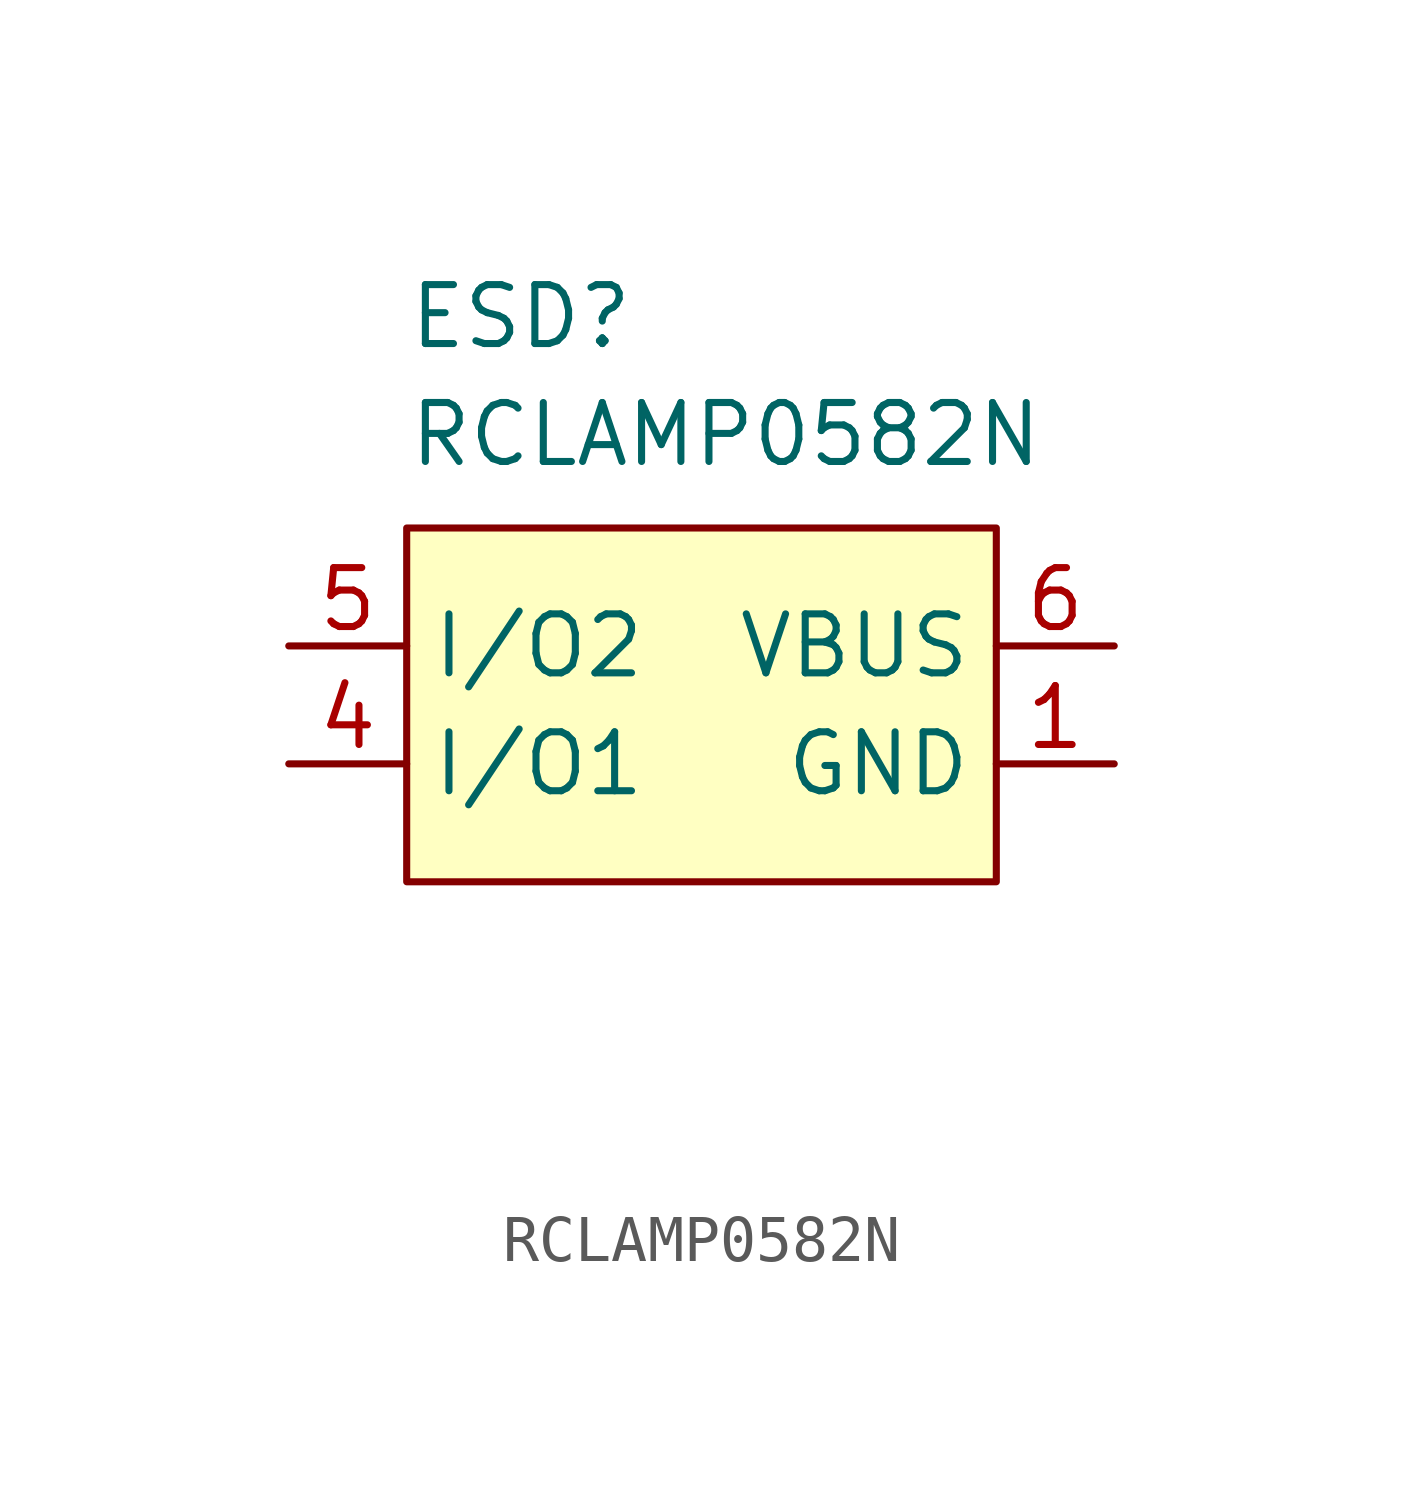
<source format=kicad_sym>
(kicad_symbol_lib
  (version 20211014)
  (generator kicad_symbol_editor)
  (symbol "RCLAMP0582N"
    (property "Reference" "ESD"
      (at -6.35 6.35 0)
      (effects (font (size 1.27 1.27)) (justify left bottom)))
    (property "Value" "RCLAMP0582N"
      (at -6.35 3.81 0)
      (effects (font (size 1.27 1.27)) (justify left bottom)))
    (symbol "RCLAMP0582N_0_1"
      (rectangle (start -6.35 2.54) (end 6.35 -5.08) (stroke (width 0) (type default) (color 0 0 0 0)) (fill (type background))))
    (symbol "RCLAMP0582N_1_0"
      (pin power_in line (at 8.89 -2.54 180) (length 2.54) (name "GND" (effects (font (size 1.27 1.27)))) (number "1" (effects (font (size 1.27 1.27)))))
      (pin no_connect line (at 2.54 -10.16 0) (length 2.54) hide (name "" (effects (font (size 1.27 1.27)))) (number "3" (effects (font (size 1.27 1.27)))))
      (pin bidirectional line (at -8.89 -2.54 0) (length 2.54) (name "I/O1" (effects (font (size 1.27 1.27)))) (number "4" (effects (font (size 1.27 1.27)))))
      (pin bidirectional line (at -8.89 0 0) (length 2.54) (name "I/O2" (effects (font (size 1.27 1.27)))) (number "5" (effects (font (size 1.27 1.27)))))
      (pin power_in line (at 8.89 0 180) (length 2.54) (name "VBUS" (effects (font (size 1.27 1.27)))) (number "6" (effects (font (size 1.27 1.27))))))
    (symbol "RCLAMP0582N_1_1"
      (pin no_connect line (at 2.54 -7.62 0) (length 2.54) hide (name "" (effects (font (size 1.27 1.27)))) (number "2" (effects (font (size 1.27 1.27))))))))
</source>
